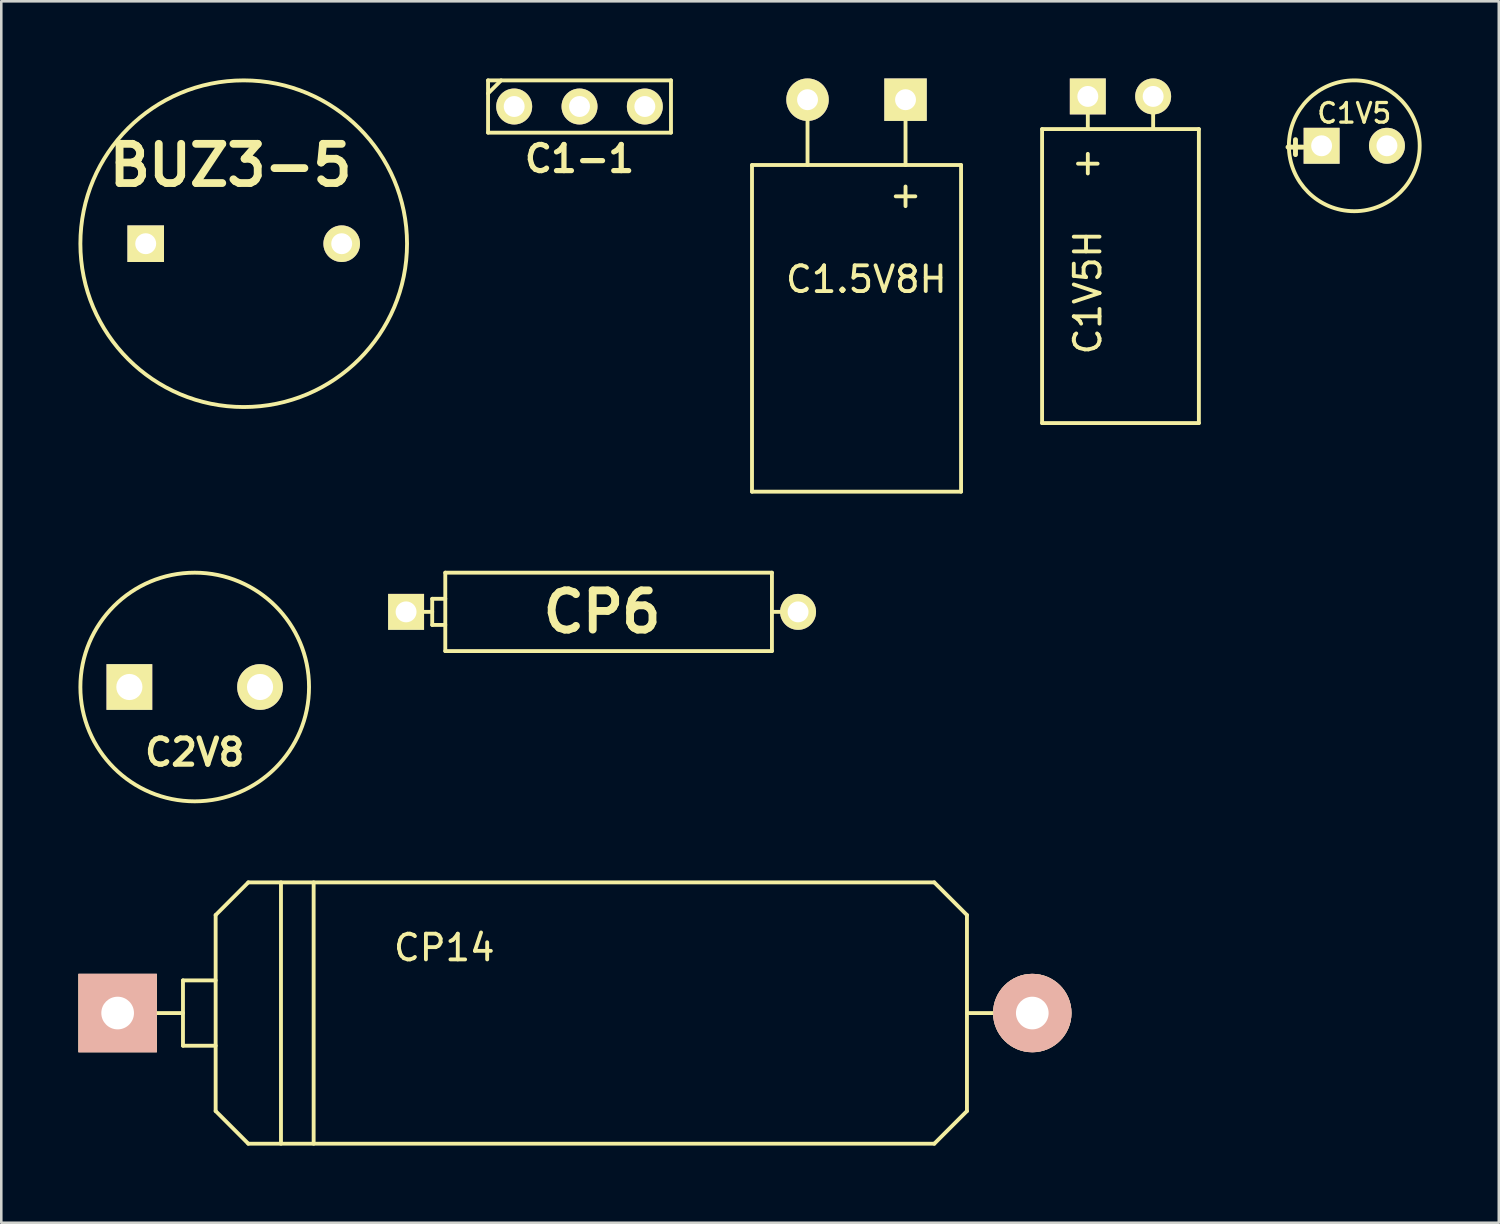
<source format=kicad_pcb>
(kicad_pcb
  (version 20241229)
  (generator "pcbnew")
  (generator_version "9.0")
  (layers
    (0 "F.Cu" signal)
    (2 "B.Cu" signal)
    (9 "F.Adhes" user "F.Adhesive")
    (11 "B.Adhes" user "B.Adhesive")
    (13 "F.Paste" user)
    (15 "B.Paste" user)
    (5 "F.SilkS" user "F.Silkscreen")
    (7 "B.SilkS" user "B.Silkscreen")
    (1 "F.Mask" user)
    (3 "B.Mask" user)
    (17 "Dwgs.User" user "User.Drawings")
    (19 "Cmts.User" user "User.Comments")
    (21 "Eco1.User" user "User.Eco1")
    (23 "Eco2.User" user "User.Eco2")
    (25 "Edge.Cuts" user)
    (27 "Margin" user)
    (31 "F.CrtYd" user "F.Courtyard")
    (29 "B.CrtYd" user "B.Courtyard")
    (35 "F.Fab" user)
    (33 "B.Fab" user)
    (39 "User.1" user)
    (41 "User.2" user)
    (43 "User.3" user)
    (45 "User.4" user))
  (footprint "C1.5V8H"
    (layer "F.Cu")
    (at 30.251 0.826)
    (property "Reference" "C1.5V8H" (at 0.381 6.985 0) (layer "F.SilkS") (effects (font (size 1 1) (thickness 0.15))))
    (attr through_hole)
    (fp_line (start -4.064 2.54) (end -4.064 15.24) (stroke (width 0.15) (type solid)) (layer "F.SilkS"))
    (fp_line (start -4.064 15.24) (end 4.064 15.24) (stroke (width 0.15) (type solid)) (layer "F.SilkS"))
    (fp_line (start -1.905 0) (end -1.905 2.54) (stroke (width 0.15) (type solid)) (layer "F.SilkS"))
    (fp_line (start 1.905 0) (end 1.905 2.54) (stroke (width 0.15) (type solid)) (layer "F.SilkS"))
    (fp_line (start 4.064 2.54) (end -4.064 2.54) (stroke (width 0.15) (type solid)) (layer "F.SilkS"))
    (fp_line (start 4.064 2.54) (end 4.064 15.24) (stroke (width 0.15) (type solid)) (layer "F.SilkS"))
    (fp_text user "+" (at 1.905 3.683 0) (layer "F.SilkS") (effects (font (size 1 1) (thickness 0.15))))
    (pad "1" thru_hole rect (at 1.905 0) (size 1.651 1.651) (drill 0.813) (layers "*.Cu" "*.Mask" "F.SilkS"))
    (pad "2" thru_hole circle (at -1.905 0) (size 1.651 1.651) (drill 0.813) (layers "*.Cu" "*.Mask" "F.SilkS")))
  (footprint "CP6"
    (layer "F.Cu")
    (at 20.358 20.739)
    (property "Reference" "CP6" (at 0 0 0) (layer "F.SilkS") (effects (font (size 1.524 1.524) (thickness 0.305))))
    (attr through_hole)
    (fp_line (start -7.62 0) (end -6.604 0) (stroke (width 0.15) (type solid)) (layer "F.SilkS"))
    (fp_line (start -6.604 -0.508) (end -6.096 -0.508) (stroke (width 0.15) (type solid)) (layer "F.SilkS"))
    (fp_line (start -6.604 0.508) (end -6.604 -0.508) (stroke (width 0.15) (type solid)) (layer "F.SilkS"))
    (fp_line (start -6.096 -1.524) (end -6.096 1.524) (stroke (width 0.15) (type solid)) (layer "F.SilkS"))
    (fp_line (start -6.096 0.508) (end -6.604 0.508) (stroke (width 0.15) (type solid)) (layer "F.SilkS"))
    (fp_line (start -6.096 1.524) (end 6.604 1.524) (stroke (width 0.15) (type solid)) (layer "F.SilkS"))
    (fp_line (start 6.604 -1.524) (end -6.096 -1.524) (stroke (width 0.15) (type solid)) (layer "F.SilkS"))
    (fp_line (start 6.604 0) (end 6.604 -1.524) (stroke (width 0.15) (type solid)) (layer "F.SilkS"))
    (fp_line (start 6.604 1.524) (end 6.604 0) (stroke (width 0.15) (type solid)) (layer "F.SilkS"))
    (fp_line (start 7.62 0) (end 6.604 0) (stroke (width 0.15) (type solid)) (layer "F.SilkS"))
    (pad "1" thru_hole rect (at -7.62 0) (size 1.397 1.397) (drill 0.813) (layers "*.Cu" "*.Mask" "F.SilkS"))
    (pad "2" thru_hole circle (at 7.62 0) (size 1.397 1.397) (drill 0.813) (layers "*.Cu" "*.Mask" "F.SilkS")))
  (footprint "C1V5"
    (layer "F.Cu")
    (at 49.603 2.618)
    (property "Reference" "C1V5" (at 0 -1.267 0) (layer "F.SilkS") (effects (font (size 0.762 0.762) (thickness 0.127))))
    (attr through_hole)
    (fp_circle (center 0 0) (end 0.127 -2.54) (stroke (width 0.15) (type solid)) (fill no) (layer "F.SilkS"))
    (fp_text user "+" (at -2.286 0 0) (layer "F.SilkS") (effects (font (size 0.762 0.762) (thickness 0.203))))
    (pad "1" thru_hole rect (at -1.27 0) (size 1.397 1.397) (drill 0.813) (layers "*.Cu" "*.Mask" "F.SilkS"))
    (pad "2" thru_hole circle (at 1.27 0) (size 1.397 1.397) (drill 0.813) (layers "*.Cu" "*.Mask" "F.SilkS")))
  (footprint "C1-1"
    (layer "F.Cu")
    (at 19.481 1.091)
    (property "Reference" "C1-1" (at 0 2.032 0) (layer "F.SilkS") (effects (font (size 1.016 1.016) (thickness 0.203))))
    (attr through_hole)
    (fp_line (start -3.556 -1.016) (end 3.556 -1.016) (stroke (width 0.15) (type solid)) (layer "F.SilkS"))
    (fp_line (start -3.556 -0.508) (end -3.048 -1.016) (stroke (width 0.15) (type solid)) (layer "F.SilkS"))
    (fp_line (start -3.556 1.016) (end -3.556 -1.016) (stroke (width 0.15) (type solid)) (layer "F.SilkS"))
    (fp_line (start 3.556 -1.016) (end 3.556 1.016) (stroke (width 0.15) (type solid)) (layer "F.SilkS"))
    (fp_line (start 3.556 1.016) (end -3.556 1.016) (stroke (width 0.15) (type solid)) (layer "F.SilkS"))
    (pad "1" thru_hole circle (at -2.54 0) (size 1.397 1.397) (drill 0.813) (layers "*.Cu" "*.Mask" "F.SilkS"))
    (pad "2" thru_hole circle (at 0 0) (size 1.397 1.397) (drill 0.813) (layers "*.Cu" "*.Mask" "F.SilkS"))
    (pad "2" thru_hole circle (at 2.54 0) (size 1.397 1.397) (drill 0.813) (layers "*.Cu" "*.Mask" "F.SilkS")))
  (footprint "C2V8"
    (layer "F.Cu")
    (at 4.52 23.66)
    (property "Reference" "C2V8" (at 0 2.54 0) (layer "F.SilkS") (effects (font (size 1.016 1.016) (thickness 0.203))))
    (attr through_hole)
    (fp_circle (center 0 0) (end -4.445 0) (stroke (width 0.15) (type solid)) (fill no) (layer "F.SilkS"))
    (pad "1" thru_hole rect (at -2.54 0) (size 1.778 1.778) (drill 1.016) (layers "*.Cu" "*.Mask" "F.SilkS"))
    (pad "2" thru_hole circle (at 2.54 0) (size 1.778 1.778) (drill 1.016) (layers "*.Cu" "*.Mask" "F.SilkS")))
  (footprint "CP14"
    (layer "F.Cu")
    (at 19.304 36.336)
    (property "Reference" "CP14" (at -5.08 -2.54 0) (layer "F.SilkS") (effects (font (size 1 1) (thickness 0.15))))
    (attr through_hole)
    (fp_line (start -15.24 -1.27) (end -15.24 1.27) (stroke (width 0.15) (type solid)) (layer "F.SilkS"))
    (fp_line (start -15.24 0) (end -17.78 0) (stroke (width 0.15) (type solid)) (layer "F.SilkS"))
    (fp_line (start -15.24 1.27) (end -13.97 1.27) (stroke (width 0.15) (type solid)) (layer "F.SilkS"))
    (fp_line (start -13.97 -3.81) (end -12.7 -5.08) (stroke (width 0.15) (type solid)) (layer "F.SilkS"))
    (fp_line (start -13.97 -1.27) (end -15.24 -1.27) (stroke (width 0.15) (type solid)) (layer "F.SilkS"))
    (fp_line (start -13.97 3.81) (end -13.97 -3.81) (stroke (width 0.15) (type solid)) (layer "F.SilkS"))
    (fp_line (start -12.7 -5.08) (end 13.97 -5.08) (stroke (width 0.15) (type solid)) (layer "F.SilkS"))
    (fp_line (start -12.7 5.08) (end -13.97 3.81) (stroke (width 0.15) (type solid)) (layer "F.SilkS"))
    (fp_line (start -11.43 5.08) (end -11.43 -5.08) (stroke (width 0.15) (type solid)) (layer "F.SilkS"))
    (fp_line (start -10.16 5.08) (end -10.16 -5.08) (stroke (width 0.15) (type solid)) (layer "F.SilkS"))
    (fp_line (start 13.97 -5.08) (end 15.24 -3.81) (stroke (width 0.15) (type solid)) (layer "F.SilkS"))
    (fp_line (start 13.97 5.08) (end -12.7 5.08) (stroke (width 0.15) (type solid)) (layer "F.SilkS"))
    (fp_line (start 15.24 -3.81) (end 15.24 3.81) (stroke (width 0.15) (type solid)) (layer "F.SilkS"))
    (fp_line (start 15.24 0) (end 17.78 0) (stroke (width 0.15) (type solid)) (layer "F.SilkS"))
    (fp_line (start 15.24 3.81) (end 13.97 5.08) (stroke (width 0.15) (type solid)) (layer "F.SilkS"))
    (pad "1" thru_hole rect (at -17.78 0) (size 3.048 3.048) (drill 1.27) (layers "*.Cu" "*.SilkS" "*.Mask"))
    (pad "2" thru_hole circle (at 17.78 0) (size 3.048 3.048) (drill 1.27) (layers "*.Cu" "*.SilkS" "*.Mask")))
  (footprint "C1V5H"
    (layer "F.Cu")
    (at 40.513 0.699)
    (property "Reference" "C1V5H" (at -1.27 7.62 90) (layer "F.SilkS") (effects (font (size 1 1) (thickness 0.15))))
    (attr through_hole)
    (fp_line (start -3.048 1.27) (end 3.048 1.27) (stroke (width 0.15) (type solid)) (layer "F.SilkS"))
    (fp_line (start -3.048 12.7) (end -3.048 1.27) (stroke (width 0.15) (type solid)) (layer "F.SilkS"))
    (fp_line (start -3.048 12.7) (end 3.048 12.7) (stroke (width 0.15) (type solid)) (layer "F.SilkS"))
    (fp_line (start -1.27 0) (end -1.27 1.27) (stroke (width 0.15) (type solid)) (layer "F.SilkS"))
    (fp_line (start 1.27 0) (end 1.27 1.27) (stroke (width 0.15) (type solid)) (layer "F.SilkS"))
    (fp_line (start 3.048 1.27) (end 3.048 12.7) (stroke (width 0.15) (type solid)) (layer "F.SilkS"))
    (fp_text user "+" (at -1.27 2.54 0) (layer "F.SilkS") (effects (font (size 1 1) (thickness 0.15))))
    (pad "1" thru_hole rect (at -1.27 0) (size 1.397 1.397) (drill 0.813) (layers "*.Cu" "*.Mask" "F.SilkS"))
    (pad "2" thru_hole circle (at 1.27 0) (size 1.397 1.397) (drill 0.813) (layers "*.Cu" "*.Mask" "F.SilkS")))
  (footprint "BUZ3-5"
    (layer "F.Cu")
    (at 6.425 6.425)
    (property "Reference" "BUZ3-5" (at -0.508 -3.048 0) (layer "F.SilkS") (effects (font (size 1.524 1.524) (thickness 0.305))))
    (attr through_hole)
    (fp_circle (center 0 0) (end -6.35 0) (stroke (width 0.15) (type solid)) (fill no) (layer "F.SilkS"))
    (pad "1" thru_hole rect (at -3.81 0) (size 1.422 1.422) (drill 0.813) (layers "*.Cu" "*.Mask" "F.SilkS"))
    (pad "2" thru_hole circle (at 3.81 0) (size 1.422 1.422) (drill 0.813) (layers "*.Cu" "*.Mask" "F.SilkS")))
  (gr_rect
    (start -3 -3)
    (end 55.221 44.49)
    (stroke (width 0.1) (type default))
    (fill no)
    (layer "Edge.Cuts")))
</source>
